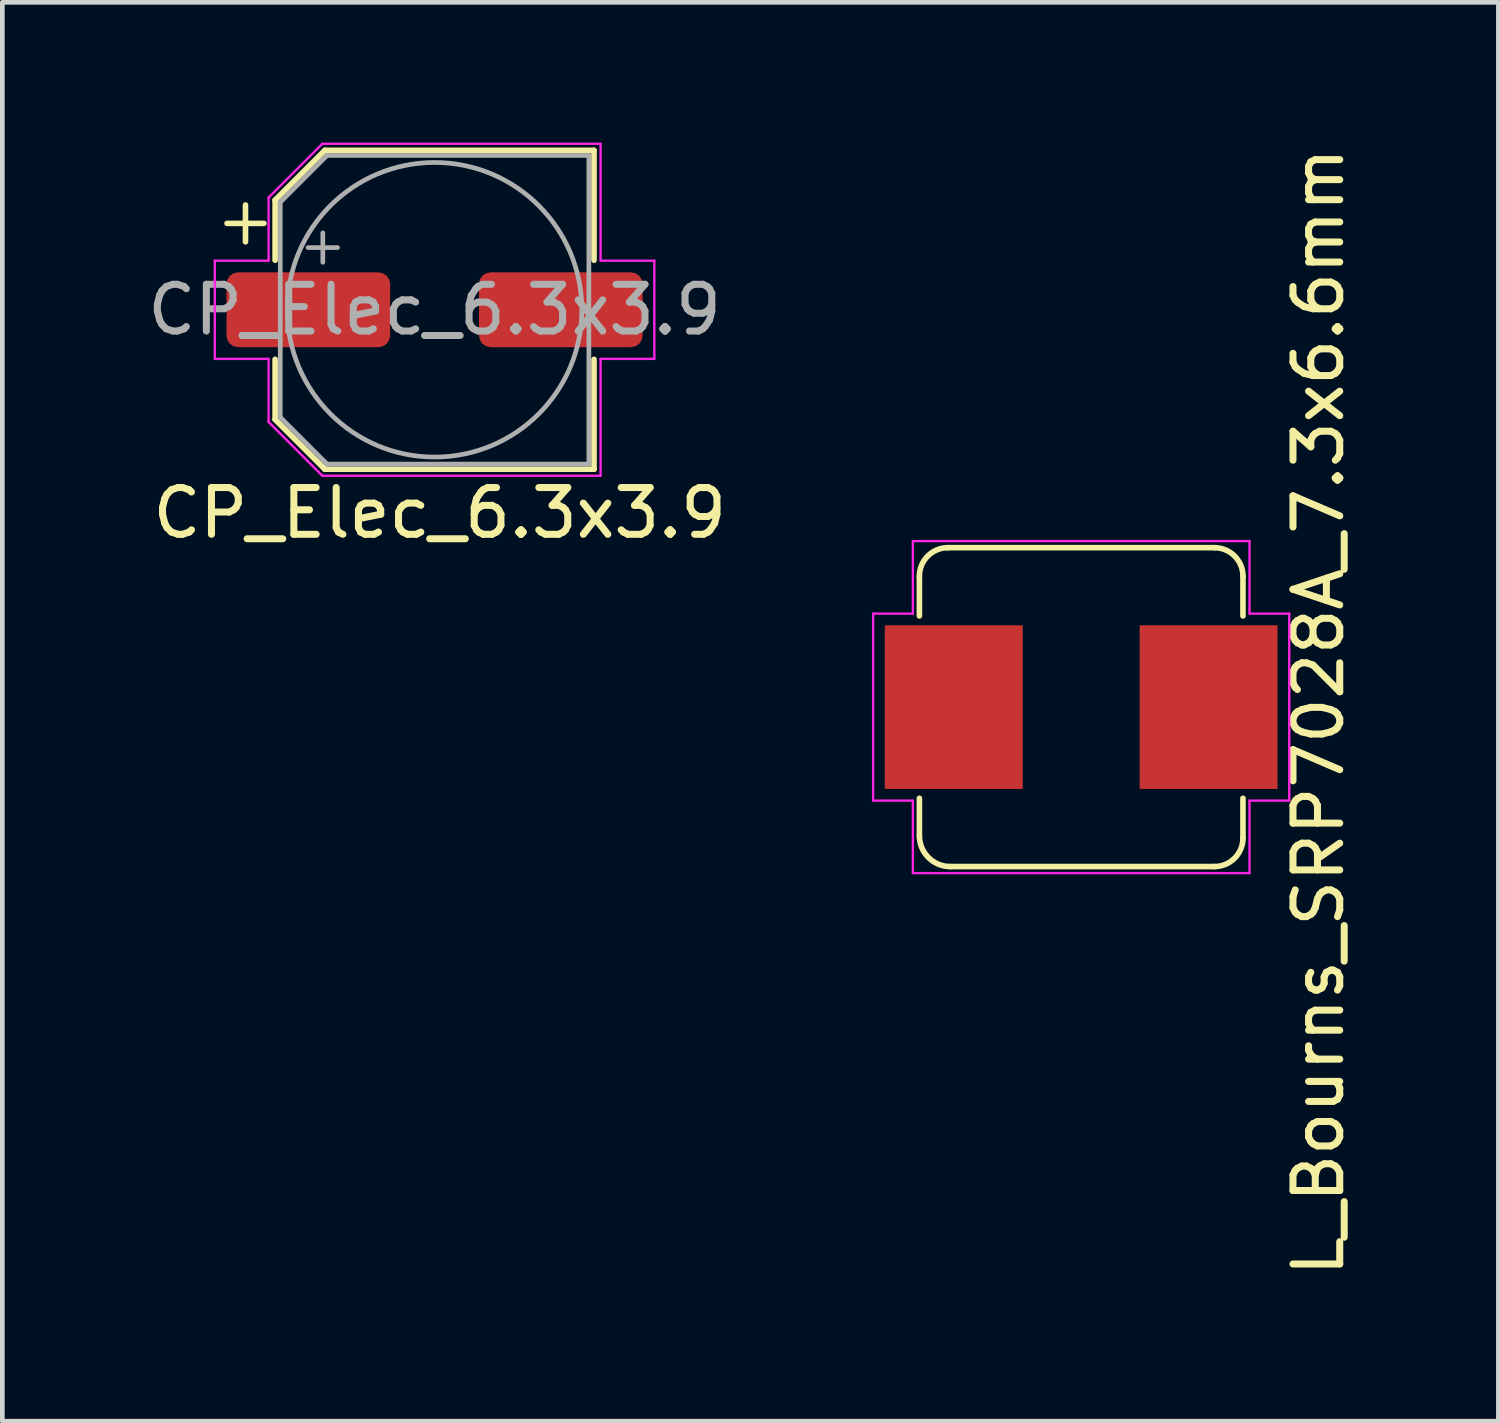
<source format=kicad_pcb>
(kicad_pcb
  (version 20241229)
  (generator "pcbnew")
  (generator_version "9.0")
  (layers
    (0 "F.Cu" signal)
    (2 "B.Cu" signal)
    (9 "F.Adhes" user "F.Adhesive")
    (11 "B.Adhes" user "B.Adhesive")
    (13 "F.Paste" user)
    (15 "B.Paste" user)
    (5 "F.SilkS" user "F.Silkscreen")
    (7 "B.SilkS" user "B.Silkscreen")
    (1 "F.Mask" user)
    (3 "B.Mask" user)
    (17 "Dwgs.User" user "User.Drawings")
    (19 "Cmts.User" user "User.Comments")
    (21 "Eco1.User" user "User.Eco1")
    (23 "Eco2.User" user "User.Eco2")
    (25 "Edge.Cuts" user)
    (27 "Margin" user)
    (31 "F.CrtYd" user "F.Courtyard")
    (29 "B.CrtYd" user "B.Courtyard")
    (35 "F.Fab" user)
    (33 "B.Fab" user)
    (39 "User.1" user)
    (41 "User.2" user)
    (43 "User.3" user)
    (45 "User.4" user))
  (footprint "L_Bourns_SRP7028A_7.3x6.6mm"
    (layer "F.Cu")
    (at 20.073 12.073)
    (property "Reference" "L_Bourns_SRP7028A_7.3x6.6mm" (at 5.075 0.1 270) (layer "F.SilkS") (effects (font (size 1 1) (thickness 0.15))))
    (attr smd)
    (fp_line (start -3.46 -1.95) (end -3.46 -2.8) (stroke (width 0.12) (type solid)) (layer "F.SilkS"))
    (fp_line (start -3.46 2.75) (end -3.46 1.95) (stroke (width 0.12) (type solid)) (layer "F.SilkS"))
    (fp_line (start -2.85 -3.41) (end 2.85 -3.41) (stroke (width 0.12) (type solid)) (layer "F.SilkS"))
    (fp_line (start 2.85 3.41) (end -2.8 3.41) (stroke (width 0.12) (type solid)) (layer "F.SilkS"))
    (fp_line (start 3.46 -2.8) (end 3.46 -1.95) (stroke (width 0.12) (type solid)) (layer "F.SilkS"))
    (fp_line (start 3.46 1.95) (end 3.46 2.8) (stroke (width 0.12) (type solid)) (layer "F.SilkS"))
    (fp_arc (start -3.46 -2.8) (mid -3.281335 -3.231335) (end -2.85 -3.41) (stroke (width 0.12) (type solid)) (layer "F.SilkS"))
    (fp_arc (start -2.8 3.41) (mid -3.26669 3.21669) (end -3.46 2.75) (stroke (width 0.12) (type solid)) (layer "F.SilkS"))
    (fp_arc (start 2.85 -3.41) (mid 3.281335 -3.231335) (end 3.46 -2.8) (stroke (width 0.12) (type solid)) (layer "F.SilkS"))
    (fp_arc (start 3.46 2.8) (mid 3.281335 3.231335) (end 2.85 3.41) (stroke (width 0.12) (type solid)) (layer "F.SilkS"))
    (fp_line (start -4.45 -2) (end -3.6 -2) (stroke (width 0.05) (type solid)) (layer "F.CrtYd"))
    (fp_line (start -4.45 2) (end -4.45 -2) (stroke (width 0.05) (type solid)) (layer "F.CrtYd"))
    (fp_line (start -3.6 -3.55) (end 3.6 -3.55) (stroke (width 0.05) (type solid)) (layer "F.CrtYd"))
    (fp_line (start -3.6 -2) (end -3.6 -3.55) (stroke (width 0.05) (type solid)) (layer "F.CrtYd"))
    (fp_line (start -3.6 2) (end -4.45 2) (stroke (width 0.05) (type solid)) (layer "F.CrtYd"))
    (fp_line (start -3.6 3.55) (end -3.6 2) (stroke (width 0.05) (type solid)) (layer "F.CrtYd"))
    (fp_line (start 3.6 -3.55) (end 3.6 -2) (stroke (width 0.05) (type solid)) (layer "F.CrtYd"))
    (fp_line (start 3.6 -2) (end 4.45 -2) (stroke (width 0.05) (type solid)) (layer "F.CrtYd"))
    (fp_line (start 3.6 2) (end 3.6 3.55) (stroke (width 0.05) (type solid)) (layer "F.CrtYd"))
    (fp_line (start 3.6 3.55) (end -3.6 3.55) (stroke (width 0.05) (type solid)) (layer "F.CrtYd"))
    (fp_line (start 4.45 -2) (end 4.45 2) (stroke (width 0.05) (type solid)) (layer "F.CrtYd"))
    (fp_line (start 4.45 2) (end 3.6 2) (stroke (width 0.05) (type solid)) (layer "F.CrtYd"))
    (pad "1" smd rect (at -2.725 0) (size 2.95 3.5) (layers "F.Cu" "F.Mask" "F.Paste"))
    (pad "2" smd rect (at 2.725 0) (size 2.95 3.5) (layers "F.Cu" "F.Mask" "F.Paste")))
  (footprint "CP_Elec_6.3x3.9"
    (layer "F.Cu")
    (at 6.244 3.575)
    (property "Reference" "CP_Elec_6.3x3.9" (at 0.11 4.347 180) (layer "F.SilkS") (effects (font (size 1 1) (thickness 0.15))))
    (attr smd)
    (fp_line (start -4.438 -1.847) (end -3.65 -1.847) (stroke (width 0.12) (type solid)) (layer "F.SilkS"))
    (fp_line (start -4.044 -2.241) (end -4.044 -1.454) (stroke (width 0.12) (type solid)) (layer "F.SilkS"))
    (fp_line (start -3.41 -2.346) (end -3.41 -1.06) (stroke (width 0.12) (type solid)) (layer "F.SilkS"))
    (fp_line (start -3.41 -2.346) (end -2.346 -3.41) (stroke (width 0.12) (type solid)) (layer "F.SilkS"))
    (fp_line (start -3.41 2.346) (end -3.41 1.06) (stroke (width 0.12) (type solid)) (layer "F.SilkS"))
    (fp_line (start -3.41 2.346) (end -2.346 3.41) (stroke (width 0.12) (type solid)) (layer "F.SilkS"))
    (fp_line (start -2.346 -3.41) (end 3.41 -3.41) (stroke (width 0.12) (type solid)) (layer "F.SilkS"))
    (fp_line (start -2.346 3.41) (end 3.41 3.41) (stroke (width 0.12) (type solid)) (layer "F.SilkS"))
    (fp_line (start 3.41 -3.41) (end 3.41 -1.06) (stroke (width 0.12) (type solid)) (layer "F.SilkS"))
    (fp_line (start 3.41 3.41) (end 3.41 1.06) (stroke (width 0.12) (type solid)) (layer "F.SilkS"))
    (fp_line (start -4.7 -1.05) (end -4.7 1.05) (stroke (width 0.05) (type solid)) (layer "F.CrtYd"))
    (fp_line (start -4.7 1.05) (end -3.55 1.05) (stroke (width 0.05) (type solid)) (layer "F.CrtYd"))
    (fp_line (start -3.55 -2.4) (end -3.55 -1.05) (stroke (width 0.05) (type solid)) (layer "F.CrtYd"))
    (fp_line (start -3.55 -2.4) (end -2.4 -3.55) (stroke (width 0.05) (type solid)) (layer "F.CrtYd"))
    (fp_line (start -3.55 -1.05) (end -4.7 -1.05) (stroke (width 0.05) (type solid)) (layer "F.CrtYd"))
    (fp_line (start -3.55 1.05) (end -3.55 2.4) (stroke (width 0.05) (type solid)) (layer "F.CrtYd"))
    (fp_line (start -3.55 2.4) (end -2.4 3.55) (stroke (width 0.05) (type solid)) (layer "F.CrtYd"))
    (fp_line (start -2.4 -3.55) (end 3.55 -3.55) (stroke (width 0.05) (type solid)) (layer "F.CrtYd"))
    (fp_line (start -2.4 3.55) (end 3.55 3.55) (stroke (width 0.05) (type solid)) (layer "F.CrtYd"))
    (fp_line (start 3.55 -3.55) (end 3.55 -1.05) (stroke (width 0.05) (type solid)) (layer "F.CrtYd"))
    (fp_line (start 3.55 -1.05) (end 4.7 -1.05) (stroke (width 0.05) (type solid)) (layer "F.CrtYd"))
    (fp_line (start 3.55 1.05) (end 3.55 3.55) (stroke (width 0.05) (type solid)) (layer "F.CrtYd"))
    (fp_line (start 4.7 -1.05) (end 4.7 1.05) (stroke (width 0.05) (type solid)) (layer "F.CrtYd"))
    (fp_line (start 4.7 1.05) (end 3.55 1.05) (stroke (width 0.05) (type solid)) (layer "F.CrtYd"))
    (fp_line (start -3.3 -2.3) (end -3.3 2.3) (stroke (width 0.1) (type solid)) (layer "F.Fab"))
    (fp_line (start -3.3 -2.3) (end -2.3 -3.3) (stroke (width 0.1) (type solid)) (layer "F.Fab"))
    (fp_line (start -3.3 2.3) (end -2.3 3.3) (stroke (width 0.1) (type solid)) (layer "F.Fab"))
    (fp_line (start -2.705 -1.33) (end -2.075 -1.33) (stroke (width 0.1) (type solid)) (layer "F.Fab"))
    (fp_line (start -2.39 -1.645) (end -2.39 -1.015) (stroke (width 0.1) (type solid)) (layer "F.Fab"))
    (fp_line (start -2.3 -3.3) (end 3.3 -3.3) (stroke (width 0.1) (type solid)) (layer "F.Fab"))
    (fp_line (start -2.3 3.3) (end 3.3 3.3) (stroke (width 0.1) (type solid)) (layer "F.Fab"))
    (fp_line (start 3.3 -3.3) (end 3.3 3.3) (stroke (width 0.1) (type solid)) (layer "F.Fab"))
    (fp_circle (center 0 0) (end 3.15 0) (stroke (width 0.1) (type solid)) (fill no) (layer "F.Fab"))
    (fp_text user "${REFERENCE}" (at 0 0 180) (layer "F.Fab") (effects (font (size 1 1) (thickness 0.15))))
    (pad "1" smd roundrect (at -2.7 0) (size 3.5 1.6) (layers "F.Cu" "F.Mask" "F.Paste") (roundrect_rratio 0.156))
    (pad "2" smd roundrect (at 2.7 0) (size 3.5 1.6) (layers "F.Cu" "F.Mask" "F.Paste") (roundrect_rratio 0.156)))
  (gr_rect
    (start -3 -3)
    (end 28.996 27.345)
    (stroke (width 0.1) (type default))
    (fill no)
    (layer "Edge.Cuts")))
</source>
